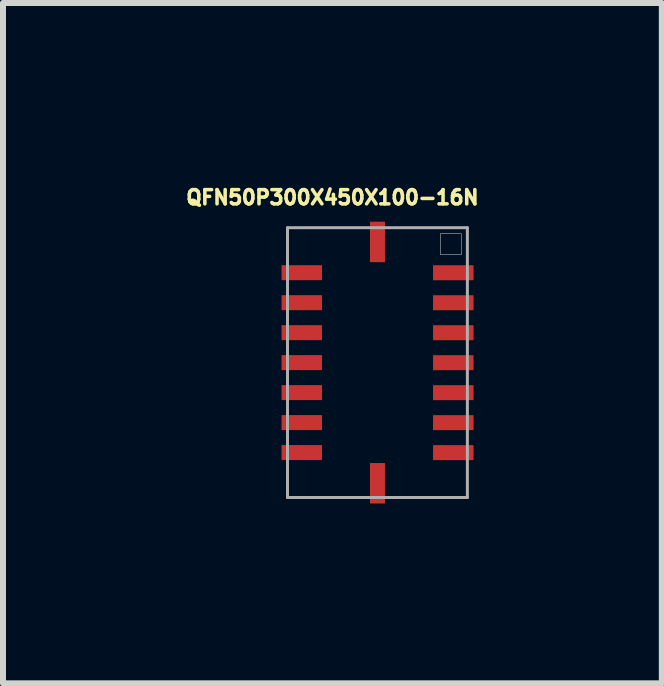
<source format=kicad_pcb>
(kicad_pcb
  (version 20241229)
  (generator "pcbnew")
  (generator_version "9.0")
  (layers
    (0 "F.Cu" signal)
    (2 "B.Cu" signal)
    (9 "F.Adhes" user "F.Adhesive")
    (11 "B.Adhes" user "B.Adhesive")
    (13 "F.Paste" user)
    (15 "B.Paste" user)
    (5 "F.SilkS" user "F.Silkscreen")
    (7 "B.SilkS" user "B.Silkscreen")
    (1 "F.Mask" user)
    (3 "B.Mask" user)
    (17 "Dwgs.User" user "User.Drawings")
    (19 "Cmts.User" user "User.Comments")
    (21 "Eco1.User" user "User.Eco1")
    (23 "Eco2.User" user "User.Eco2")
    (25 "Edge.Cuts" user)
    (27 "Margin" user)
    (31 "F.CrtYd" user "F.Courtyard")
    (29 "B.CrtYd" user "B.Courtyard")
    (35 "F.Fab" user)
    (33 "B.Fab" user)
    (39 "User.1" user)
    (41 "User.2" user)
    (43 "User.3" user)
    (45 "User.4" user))
  (footprint "QFN50P300X450X100-16N"
    (layer "F.Cu")
    (at 3.245 2.998)
    (property "Reference" "QFN50P300X450X100-16N" (at -0.751 -2.755 0) (layer "F.SilkS") (effects (font (size 0.237 0.237) (thickness 0.15))))
    (attr smd)
    (fp_line (start -1.5 -2.25) (end -1.5 2.25) (stroke (width 0.05) (type solid)) (layer "F.Fab"))
    (fp_line (start -1.5 2.25) (end 1.5 2.25) (stroke (width 0.05) (type solid)) (layer "F.Fab"))
    (fp_line (start 1.5 -2.25) (end -1.5 -2.25) (stroke (width 0.05) (type solid)) (layer "F.Fab"))
    (fp_line (start 1.5 2.25) (end 1.5 -2.25) (stroke (width 0.05) (type solid)) (layer "F.Fab"))
    (fp_poly (pts (xy 1.05 -2.15) (xy 1.4 -2.15) (xy 1.4 -1.801) (xy 1.05 -1.801)) (stroke (width 0.01) (type solid)) (fill no) (layer "F.Fab"))
    (pad "1" smd rect (at 1.265 -1.499) (size 0.675 0.25) (layers "F.Cu" "F.Mask" "F.Paste"))
    (pad "2" smd rect (at 1.265 -0.999) (size 0.675 0.25) (layers "F.Cu" "F.Mask" "F.Paste"))
    (pad "3" smd rect (at 1.265 -0.499) (size 0.675 0.25) (layers "F.Cu" "F.Mask" "F.Paste"))
    (pad "4" smd rect (at 1.265 0.001) (size 0.675 0.25) (layers "F.Cu" "F.Mask" "F.Paste"))
    (pad "5" smd rect (at 1.265 0.501) (size 0.675 0.25) (layers "F.Cu" "F.Mask" "F.Paste"))
    (pad "6" smd rect (at 1.265 1.001) (size 0.675 0.25) (layers "F.Cu" "F.Mask" "F.Paste"))
    (pad "7" smd rect (at 1.265 1.501) (size 0.675 0.25) (layers "F.Cu" "F.Mask" "F.Paste"))
    (pad "8" smd rect (at 0.000228 2.012 90) (size 0.675 0.25) (layers "F.Cu" "F.Mask" "F.Paste"))
    (pad "9" smd rect (at -1.262 1.5 180) (size 0.675 0.25) (layers "F.Cu" "F.Mask" "F.Paste"))
    (pad "10" smd rect (at -1.262 1 180) (size 0.675 0.25) (layers "F.Cu" "F.Mask" "F.Paste"))
    (pad "11" smd rect (at -1.262 0.5 180) (size 0.675 0.25) (layers "F.Cu" "F.Mask" "F.Paste"))
    (pad "12" smd rect (at -1.262 -0.000159 180) (size 0.675 0.25) (layers "F.Cu" "F.Mask" "F.Paste"))
    (pad "13" smd rect (at -1.262 -0.5 180) (size 0.675 0.25) (layers "F.Cu" "F.Mask" "F.Paste"))
    (pad "14" smd rect (at -1.262 -1 180) (size 0.675 0.25) (layers "F.Cu" "F.Mask" "F.Paste"))
    (pad "15" smd rect (at -1.262 -1.5 180) (size 0.675 0.25) (layers "F.Cu" "F.Mask" "F.Paste"))
    (pad "16" smd rect (at 0.000128 -2.013 90) (size 0.675 0.25) (layers "F.Cu" "F.Mask" "F.Paste")))
  (gr_rect
    (start -3 -3)
    (end 7.988 8.347)
    (stroke (width 0.1) (type default))
    (fill no)
    (layer "Edge.Cuts")))
</source>
